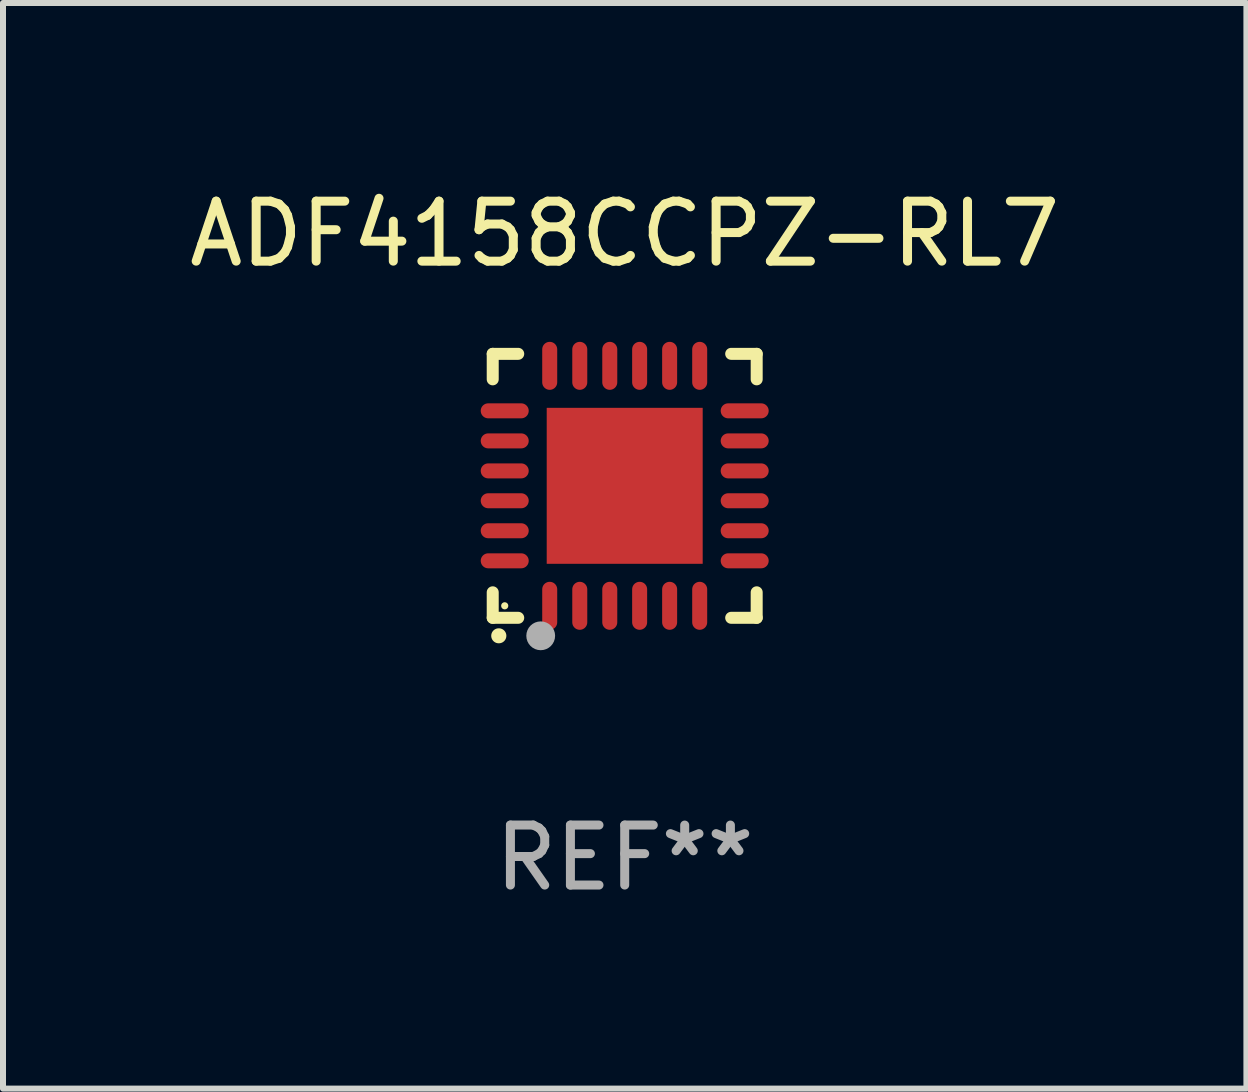
<source format=kicad_pcb>
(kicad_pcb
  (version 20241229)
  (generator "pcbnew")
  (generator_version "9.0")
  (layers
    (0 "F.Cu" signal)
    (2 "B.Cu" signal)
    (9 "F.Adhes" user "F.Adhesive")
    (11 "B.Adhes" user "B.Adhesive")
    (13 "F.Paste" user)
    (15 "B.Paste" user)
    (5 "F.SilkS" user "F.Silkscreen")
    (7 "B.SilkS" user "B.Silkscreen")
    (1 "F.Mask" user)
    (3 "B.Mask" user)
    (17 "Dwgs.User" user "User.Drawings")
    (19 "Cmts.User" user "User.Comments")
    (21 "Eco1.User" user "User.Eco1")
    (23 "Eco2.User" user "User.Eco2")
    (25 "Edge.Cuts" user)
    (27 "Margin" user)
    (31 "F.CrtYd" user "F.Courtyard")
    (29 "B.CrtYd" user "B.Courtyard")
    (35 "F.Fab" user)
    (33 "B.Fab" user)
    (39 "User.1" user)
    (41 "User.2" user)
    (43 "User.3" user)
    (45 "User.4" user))
  (footprint "ADF4158CCPZ-RL7"
    (layer "F.Cu")
    (at 7.363 5.048)
    (property "Reference" "ADF4158CCPZ-RL7" (at 0 -4.2 0) (layer "F.SilkS") (effects (font (size 1 1) (thickness 0.15))))
    (attr through_hole)
    (fp_line (start -2.2 -2.2) (end -2.2 -1.775) (stroke (width 0.2) (type solid)) (layer "F.SilkS"))
    (fp_line (start -2.2 2.2) (end -2.2 1.775) (stroke (width 0.2) (type solid)) (layer "F.SilkS"))
    (fp_line (start -1.775 -2.2) (end -2.2 -2.2) (stroke (width 0.2) (type solid)) (layer "F.SilkS"))
    (fp_line (start -1.775 2.2) (end -2.2 2.2) (stroke (width 0.2) (type solid)) (layer "F.SilkS"))
    (fp_line (start 2.2 -2.2) (end 1.775 -2.2) (stroke (width 0.2) (type solid)) (layer "F.SilkS"))
    (fp_line (start 2.2 -1.775) (end 2.2 -2.2) (stroke (width 0.2) (type solid)) (layer "F.SilkS"))
    (fp_line (start 2.2 1.775) (end 2.2 2.2) (stroke (width 0.2) (type solid)) (layer "F.SilkS"))
    (fp_line (start 2.2 2.2) (end 1.775 2.2) (stroke (width 0.2) (type solid)) (layer "F.SilkS"))
    (fp_arc (start -2.1 2.5) (mid -2.09873 2.499994) (end -2.09746 2.5) (stroke (width 0.25) (type solid)) (layer "F.SilkS"))
    (fp_circle (center -2 2) (end -1.97 2) (stroke (width 0.06) (type solid)) (fill no) (layer "F.SilkS"))
    (fp_circle (center -1.4 2.5) (end -1.28 2.5) (stroke (width 0.24) (type solid)) (fill no) (layer "F.Fab"))
    (fp_text user "REF**" (at 0 6.2 0) (layer "F.Fab") (effects (font (size 1 1) (thickness 0.15))))
    (pad "1" smd oval (at -1.25 2) (size 0.25 0.8) (layers "F.Cu" "F.Mask" "F.Paste"))
    (pad "2" smd oval (at -0.749 2) (size 0.25 0.8) (layers "F.Cu" "F.Mask" "F.Paste"))
    (pad "3" smd oval (at -0.249 2) (size 0.25 0.8) (layers "F.Cu" "F.Mask" "F.Paste"))
    (pad "4" smd oval (at 0.249 2) (size 0.25 0.8) (layers "F.Cu" "F.Mask" "F.Paste"))
    (pad "5" smd oval (at 0.749 2) (size 0.25 0.8) (layers "F.Cu" "F.Mask" "F.Paste"))
    (pad "6" smd oval (at 1.25 2) (size 0.25 0.8) (layers "F.Cu" "F.Mask" "F.Paste"))
    (pad "7" smd oval (at 2 1.25) (size 0.8 0.25) (layers "F.Cu" "F.Mask" "F.Paste"))
    (pad "8" smd oval (at 2 0.749) (size 0.8 0.25) (layers "F.Cu" "F.Mask" "F.Paste"))
    (pad "9" smd oval (at 2 0.249) (size 0.8 0.25) (layers "F.Cu" "F.Mask" "F.Paste"))
    (pad "10" smd oval (at 2 -0.249) (size 0.8 0.25) (layers "F.Cu" "F.Mask" "F.Paste"))
    (pad "11" smd oval (at 2 -0.749) (size 0.8 0.25) (layers "F.Cu" "F.Mask" "F.Paste"))
    (pad "12" smd oval (at 2 -1.25) (size 0.8 0.25) (layers "F.Cu" "F.Mask" "F.Paste"))
    (pad "13" smd oval (at 1.25 -2) (size 0.25 0.8) (layers "F.Cu" "F.Mask" "F.Paste"))
    (pad "14" smd oval (at 0.749 -2) (size 0.25 0.8) (layers "F.Cu" "F.Mask" "F.Paste"))
    (pad "15" smd oval (at 0.249 -2) (size 0.25 0.8) (layers "F.Cu" "F.Mask" "F.Paste"))
    (pad "16" smd oval (at -0.249 -2) (size 0.25 0.8) (layers "F.Cu" "F.Mask" "F.Paste"))
    (pad "17" smd oval (at -0.749 -2) (size 0.25 0.8) (layers "F.Cu" "F.Mask" "F.Paste"))
    (pad "18" smd oval (at -1.25 -2) (size 0.25 0.8) (layers "F.Cu" "F.Mask" "F.Paste"))
    (pad "19" smd oval (at -2 -1.25) (size 0.8 0.25) (layers "F.Cu" "F.Mask" "F.Paste"))
    (pad "20" smd oval (at -2 -0.749) (size 0.8 0.25) (layers "F.Cu" "F.Mask" "F.Paste"))
    (pad "21" smd oval (at -2 -0.249) (size 0.8 0.25) (layers "F.Cu" "F.Mask" "F.Paste"))
    (pad "22" smd oval (at -2 0.249) (size 0.8 0.25) (layers "F.Cu" "F.Mask" "F.Paste"))
    (pad "23" smd oval (at -2 0.749) (size 0.8 0.25) (layers "F.Cu" "F.Mask" "F.Paste"))
    (pad "24" smd oval (at -2 1.25) (size 0.8 0.25) (layers "F.Cu" "F.Mask" "F.Paste"))
    (pad "25" smd rect (at 0 0) (size 2.6 2.6) (layers "F.Cu" "F.Mask" "F.Paste")))
  (gr_rect
    (start -3 -3)
    (end 17.726 15.096)
    (stroke (width 0.1) (type default))
    (fill no)
    (layer "Edge.Cuts")))
</source>
